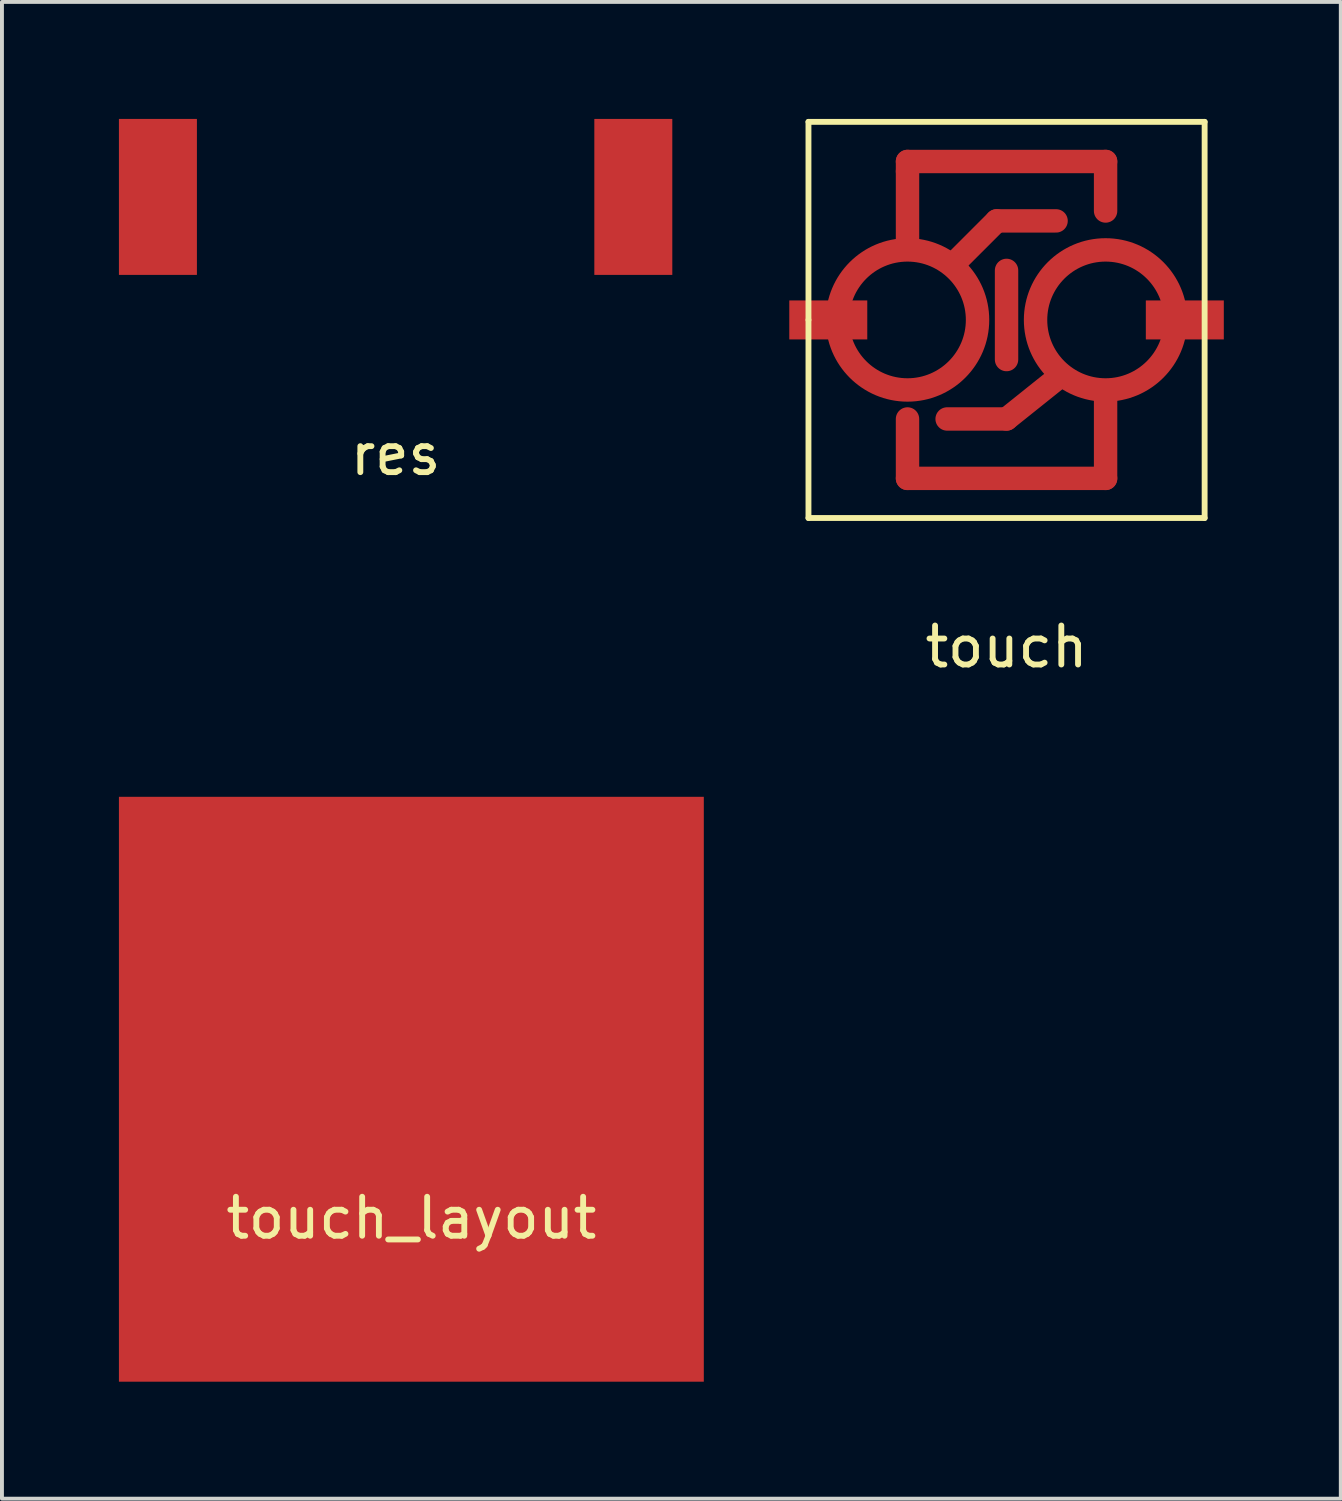
<source format=kicad_pcb>
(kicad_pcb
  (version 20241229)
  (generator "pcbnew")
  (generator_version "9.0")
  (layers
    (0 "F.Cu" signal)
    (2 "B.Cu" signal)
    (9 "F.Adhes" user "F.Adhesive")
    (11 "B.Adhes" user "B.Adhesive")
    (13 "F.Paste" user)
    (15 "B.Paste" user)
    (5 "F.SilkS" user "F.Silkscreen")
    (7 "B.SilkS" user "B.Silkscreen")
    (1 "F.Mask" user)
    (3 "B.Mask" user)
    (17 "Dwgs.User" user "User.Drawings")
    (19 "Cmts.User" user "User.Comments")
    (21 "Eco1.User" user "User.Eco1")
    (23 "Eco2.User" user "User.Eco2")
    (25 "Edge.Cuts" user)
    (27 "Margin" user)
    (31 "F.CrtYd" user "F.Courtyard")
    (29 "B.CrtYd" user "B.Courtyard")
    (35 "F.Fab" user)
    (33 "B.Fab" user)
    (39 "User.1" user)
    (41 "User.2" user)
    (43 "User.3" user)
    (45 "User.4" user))
  (footprint "touch_layout"
    (layer "F.Cu")
    (at 7.5 24.885)
    (property "Reference" "touch_layout" (at 0 3.302 0) (layer "F.SilkS") (effects (font (size 1 1) (thickness 0.15))))
    (attr through_hole)
    (pad "1" smd rect (at 0 0) (size 15 15) (layers "F.Cu" "F.Mask" "F.Paste")))
  (footprint "touch"
    (layer "F.Cu")
    (at 22.764 5.155)
    (property "Reference" "touch" (at 0 8.382 0) (layer "F.SilkS") (effects (font (size 1 1) (thickness 0.15))))
    (attr through_hole)
    (fp_line (start -2.54 -4.064) (end 2.54 -4.064) (stroke (width 0.6) (type solid)) (layer "F.Cu"))
    (fp_line (start -2.54 -3.81) (end -2.54 -4.064) (stroke (width 0.6) (type solid)) (layer "F.Cu"))
    (fp_line (start -2.54 -2.032) (end -2.54 -3.81) (stroke (width 0.6) (type solid)) (layer "F.Cu"))
    (fp_line (start -2.54 4.064) (end -2.54 2.54) (stroke (width 0.6) (type solid)) (layer "F.Cu"))
    (fp_line (start -1.27 -1.524) (end -0.254 -2.54) (stroke (width 0.6) (type solid)) (layer "F.Cu"))
    (fp_line (start -0.254 -2.54) (end 1.27 -2.54) (stroke (width 0.6) (type solid)) (layer "F.Cu"))
    (fp_line (start 0 -1.27) (end 0 1.016) (stroke (width 0.6) (type solid)) (layer "F.Cu"))
    (fp_line (start 0 2.54) (end -1.524 2.54) (stroke (width 0.6) (type solid)) (layer "F.Cu"))
    (fp_line (start 1.27 1.524) (end 0 2.54) (stroke (width 0.6) (type solid)) (layer "F.Cu"))
    (fp_line (start 2.54 -4.064) (end 2.54 -2.794) (stroke (width 0.6) (type solid)) (layer "F.Cu"))
    (fp_line (start 2.54 2.032) (end 2.54 4.064) (stroke (width 0.6) (type solid)) (layer "F.Cu"))
    (fp_line (start 2.54 4.064) (end -2.54 4.064) (stroke (width 0.6) (type solid)) (layer "F.Cu"))
    (fp_circle (center -2.54 0) (end -1.27 -1.27) (stroke (width 0.6) (type solid)) (fill no) (layer "F.Cu"))
    (fp_circle (center 2.54 0) (end 3.81 -1.27) (stroke (width 0.6) (type solid)) (fill no) (layer "F.Cu"))
    (fp_line (start -5.08 -5.08) (end 5.08 -5.08) (stroke (width 0.15) (type solid)) (layer "F.SilkS"))
    (fp_line (start -5.08 0) (end -5.08 -5.08) (stroke (width 0.15) (type solid)) (layer "F.SilkS"))
    (fp_line (start -5.08 5.08) (end -5.08 0) (stroke (width 0.15) (type solid)) (layer "F.SilkS"))
    (fp_line (start 5.08 -5.08) (end 5.08 5.08) (stroke (width 0.15) (type solid)) (layer "F.SilkS"))
    (fp_line (start 5.08 5.08) (end -5.08 5.08) (stroke (width 0.15) (type solid)) (layer "F.SilkS"))
    (pad "1" smd rect (at -4.572 0) (size 2 1) (layers "F.Cu" "F.Mask" "F.Paste"))
    (pad "2" smd rect (at 4.572 0) (size 2 1) (layers "F.Cu" "F.Mask" "F.Paste")))
  (footprint "res"
    (layer "F.Cu")
    (at 7.096 2)
    (property "Reference" "res" (at 0 6.604 0) (layer "F.SilkS") (effects (font (size 1 1) (thickness 0.15))))
    (attr through_hole)
    (pad "1" smd rect (at -6.096 0) (size 2 4) (layers "F.Cu" "F.Mask" "F.Paste"))
    (pad "2" smd rect (at 6.096 0) (size 2 4) (layers "F.Cu" "F.Mask" "F.Paste")))
  (gr_rect
    (start -3 -3)
    (end 31.336 35.385)
    (stroke (width 0.1) (type default))
    (fill no)
    (layer "Edge.Cuts")))
</source>
